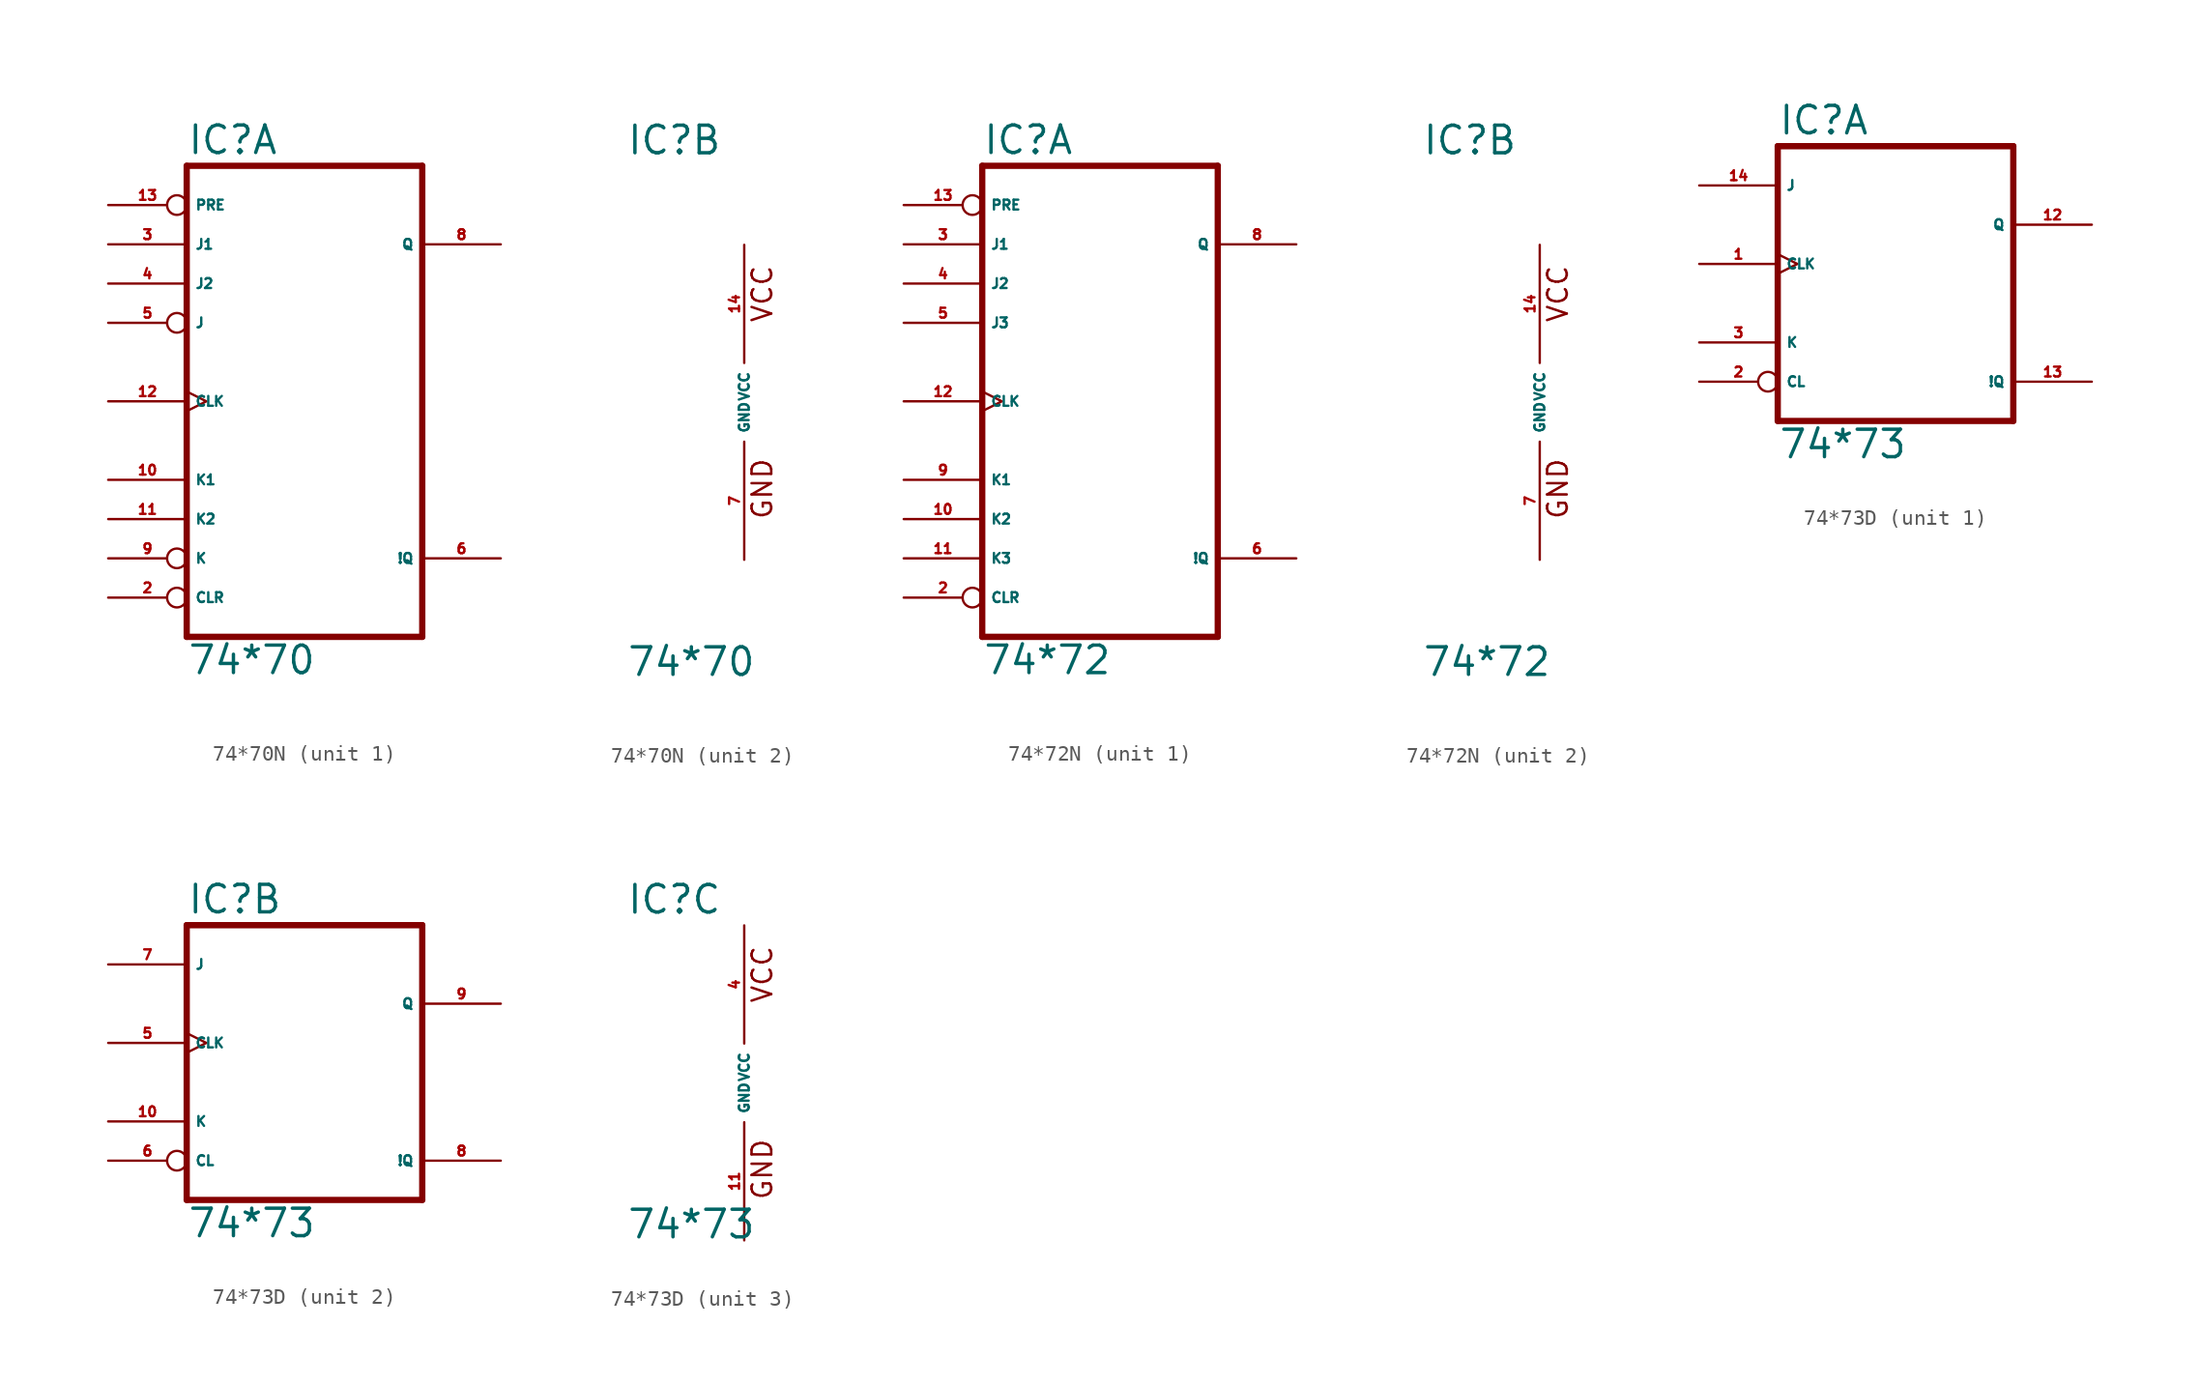
<source format=kicad_sym>
(kicad_symbol_lib
  (version 20220914)
  (generator Eagle2Kicad)
  (symbol "74*70N"
    (property "Reference" "IC"
      (at -7.62 15.875 0)
      (effects (font (size 1.778 1.778) (thickness 0.22)) (justify left bottom)))
    (property "Value" "74*70"
      (at -7.62 -17.78 0)
      (effects (font (size 1.778 1.778) (thickness 0.22)) (justify left bottom)))
    (symbol "74*70N_1_0"
      (polyline (pts (xy -7.62 -15.24) (xy 7.62 -15.24)) (stroke (width 0.406) (type default)) (fill (type none)))
      (polyline (pts (xy 7.62 -15.24) (xy 7.62 15.24)) (stroke (width 0.406) (type default)) (fill (type none)))
      (polyline (pts (xy 7.62 15.24) (xy -7.62 15.24)) (stroke (width 0.406) (type default)) (fill (type none)))
      (polyline (pts (xy -7.62 15.24) (xy -7.62 -15.24)) (stroke (width 0.406) (type default)) (fill (type none)))
      (pin input inverted (at -12.7 -12.7 0) (length 5.08) (name "CLR" (effects (font (size 0.635 0.635) (thickness 0.08)) (justify left bottom))) (number "2" (effects (font (size 0.635 0.635) (thickness 0.08)) (justify left bottom))))
      (pin input line (at -12.7 10.16 0) (length 5.08) (name "J1" (effects (font (size 0.635 0.635) (thickness 0.08)) (justify left bottom))) (number "3" (effects (font (size 0.635 0.635) (thickness 0.08)) (justify left bottom))))
      (pin input line (at -12.7 7.62 0) (length 5.08) (name "J2" (effects (font (size 0.635 0.635) (thickness 0.08)) (justify left bottom))) (number "4" (effects (font (size 0.635 0.635) (thickness 0.08)) (justify left bottom))))
      (pin input inverted (at -12.7 5.08 0) (length 5.08) (name "J" (effects (font (size 0.635 0.635) (thickness 0.08)) (justify left bottom))) (number "5" (effects (font (size 0.635 0.635) (thickness 0.08)) (justify left bottom))))
      (pin output line (at 12.7 -10.16 180) (length 5.08) (name "!Q" (effects (font (size 0.635 0.635) (thickness 0.08)) (justify left bottom))) (number "6" (effects (font (size 0.635 0.635) (thickness 0.08)) (justify left bottom))))
      (pin output line (at 12.7 10.16 180) (length 5.08) (name "Q" (effects (font (size 0.635 0.635) (thickness 0.08)) (justify left bottom))) (number "8" (effects (font (size 0.635 0.635) (thickness 0.08)) (justify left bottom))))
      (pin input inverted (at -12.7 -10.16 0) (length 5.08) (name "K" (effects (font (size 0.635 0.635) (thickness 0.08)) (justify left bottom))) (number "9" (effects (font (size 0.635 0.635) (thickness 0.08)) (justify left bottom))))
      (pin input line (at -12.7 -5.08 0) (length 5.08) (name "K1" (effects (font (size 0.635 0.635) (thickness 0.08)) (justify left bottom))) (number "10" (effects (font (size 0.635 0.635) (thickness 0.08)) (justify left bottom))))
      (pin input line (at -12.7 -7.62 0) (length 5.08) (name "K2" (effects (font (size 0.635 0.635) (thickness 0.08)) (justify left bottom))) (number "11" (effects (font (size 0.635 0.635) (thickness 0.08)) (justify left bottom))))
      (pin input clock (at -12.7 0 0) (length 5.08) (name "CLK" (effects (font (size 0.635 0.635) (thickness 0.08)) (justify left bottom))) (number "12" (effects (font (size 0.635 0.635) (thickness 0.08)) (justify left bottom))))
      (pin input inverted (at -12.7 12.7 0) (length 5.08) (name "PRE" (effects (font (size 0.635 0.635) (thickness 0.08)) (justify left bottom))) (number "13" (effects (font (size 0.635 0.635) (thickness 0.08)) (justify left bottom)))))
    (symbol "74*70N_2_0"
      (text "GND" (at 1.905 -7.62 900) (effects (font (size 1.27 1.27) (thickness 0.16)) (justify left bottom)))
      (text "VCC" (at 1.905 5.08 900) (effects (font (size 1.27 1.27) (thickness 0.16)) (justify left bottom)))
      (pin unspecified line (at 0 -10.16 90) (length 7.62) (name "GND" (effects (font (size 0.635 0.635) (thickness 0.08)) (justify left bottom))) (number "7" (effects (font (size 0.635 0.635) (thickness 0.08)) (justify left bottom))))
      (pin unspecified line (at 0 10.16 270) (length 7.62) (name "VCC" (effects (font (size 0.635 0.635) (thickness 0.08)) (justify left bottom))) (number "14" (effects (font (size 0.635 0.635) (thickness 0.08)) (justify left bottom))))))
  (symbol "74*72N"
    (property "Reference" "IC"
      (at -7.62 15.875 0)
      (effects (font (size 1.778 1.778) (thickness 0.22)) (justify left bottom)))
    (property "Value" "74*72"
      (at -7.62 -17.78 0)
      (effects (font (size 1.778 1.778) (thickness 0.22)) (justify left bottom)))
    (symbol "74*72N_1_0"
      (polyline (pts (xy -7.62 -15.24) (xy 7.62 -15.24)) (stroke (width 0.406) (type default)) (fill (type none)))
      (polyline (pts (xy 7.62 -15.24) (xy 7.62 15.24)) (stroke (width 0.406) (type default)) (fill (type none)))
      (polyline (pts (xy 7.62 15.24) (xy -7.62 15.24)) (stroke (width 0.406) (type default)) (fill (type none)))
      (polyline (pts (xy -7.62 15.24) (xy -7.62 -15.24)) (stroke (width 0.406) (type default)) (fill (type none)))
      (pin input inverted (at -12.7 -12.7 0) (length 5.08) (name "CLR" (effects (font (size 0.635 0.635) (thickness 0.08)) (justify left bottom))) (number "2" (effects (font (size 0.635 0.635) (thickness 0.08)) (justify left bottom))))
      (pin input line (at -12.7 10.16 0) (length 5.08) (name "J1" (effects (font (size 0.635 0.635) (thickness 0.08)) (justify left bottom))) (number "3" (effects (font (size 0.635 0.635) (thickness 0.08)) (justify left bottom))))
      (pin input line (at -12.7 7.62 0) (length 5.08) (name "J2" (effects (font (size 0.635 0.635) (thickness 0.08)) (justify left bottom))) (number "4" (effects (font (size 0.635 0.635) (thickness 0.08)) (justify left bottom))))
      (pin input line (at -12.7 5.08 0) (length 5.08) (name "J3" (effects (font (size 0.635 0.635) (thickness 0.08)) (justify left bottom))) (number "5" (effects (font (size 0.635 0.635) (thickness 0.08)) (justify left bottom))))
      (pin output line (at 12.7 -10.16 180) (length 5.08) (name "!Q" (effects (font (size 0.635 0.635) (thickness 0.08)) (justify left bottom))) (number "6" (effects (font (size 0.635 0.635) (thickness 0.08)) (justify left bottom))))
      (pin output line (at 12.7 10.16 180) (length 5.08) (name "Q" (effects (font (size 0.635 0.635) (thickness 0.08)) (justify left bottom))) (number "8" (effects (font (size 0.635 0.635) (thickness 0.08)) (justify left bottom))))
      (pin input line (at -12.7 -5.08 0) (length 5.08) (name "K1" (effects (font (size 0.635 0.635) (thickness 0.08)) (justify left bottom))) (number "9" (effects (font (size 0.635 0.635) (thickness 0.08)) (justify left bottom))))
      (pin input line (at -12.7 -7.62 0) (length 5.08) (name "K2" (effects (font (size 0.635 0.635) (thickness 0.08)) (justify left bottom))) (number "10" (effects (font (size 0.635 0.635) (thickness 0.08)) (justify left bottom))))
      (pin input line (at -12.7 -10.16 0) (length 5.08) (name "K3" (effects (font (size 0.635 0.635) (thickness 0.08)) (justify left bottom))) (number "11" (effects (font (size 0.635 0.635) (thickness 0.08)) (justify left bottom))))
      (pin input clock (at -12.7 0 0) (length 5.08) (name "CLK" (effects (font (size 0.635 0.635) (thickness 0.08)) (justify left bottom))) (number "12" (effects (font (size 0.635 0.635) (thickness 0.08)) (justify left bottom))))
      (pin input inverted (at -12.7 12.7 0) (length 5.08) (name "PRE" (effects (font (size 0.635 0.635) (thickness 0.08)) (justify left bottom))) (number "13" (effects (font (size 0.635 0.635) (thickness 0.08)) (justify left bottom)))))
    (symbol "74*72N_2_0"
      (text "GND" (at 1.905 -7.62 900) (effects (font (size 1.27 1.27) (thickness 0.16)) (justify left bottom)))
      (text "VCC" (at 1.905 5.08 900) (effects (font (size 1.27 1.27) (thickness 0.16)) (justify left bottom)))
      (pin unspecified line (at 0 -10.16 90) (length 7.62) (name "GND" (effects (font (size 0.635 0.635) (thickness 0.08)) (justify left bottom))) (number "7" (effects (font (size 0.635 0.635) (thickness 0.08)) (justify left bottom))))
      (pin unspecified line (at 0 10.16 270) (length 7.62) (name "VCC" (effects (font (size 0.635 0.635) (thickness 0.08)) (justify left bottom))) (number "14" (effects (font (size 0.635 0.635) (thickness 0.08)) (justify left bottom))))))
  (symbol "74*73D"
    (property "Reference" "IC"
      (at -7.62 10.795 0)
      (effects (font (size 1.778 1.778) (thickness 0.22)) (justify left bottom)))
    (property "Value" "74*73"
      (at -7.62 -10.16 0)
      (effects (font (size 1.778 1.778) (thickness 0.22)) (justify left bottom)))
    (symbol "74*73D_1_0"
      (polyline (pts (xy -7.62 -7.62) (xy 7.62 -7.62)) (stroke (width 0.406) (type default)) (fill (type none)))
      (polyline (pts (xy 7.62 -7.62) (xy 7.62 10.16)) (stroke (width 0.406) (type default)) (fill (type none)))
      (polyline (pts (xy 7.62 10.16) (xy -7.62 10.16)) (stroke (width 0.406) (type default)) (fill (type none)))
      (polyline (pts (xy -7.62 10.16) (xy -7.62 -7.62)) (stroke (width 0.406) (type default)) (fill (type none)))
      (pin input clock (at -12.7 2.54 0) (length 5.08) (name "CLK" (effects (font (size 0.635 0.635) (thickness 0.08)) (justify left bottom))) (number "1" (effects (font (size 0.635 0.635) (thickness 0.08)) (justify left bottom))))
      (pin input inverted (at -12.7 -5.08 0) (length 5.08) (name "CL" (effects (font (size 0.635 0.635) (thickness 0.08)) (justify left bottom))) (number "2" (effects (font (size 0.635 0.635) (thickness 0.08)) (justify left bottom))))
      (pin input line (at -12.7 -2.54 0) (length 5.08) (name "K" (effects (font (size 0.635 0.635) (thickness 0.08)) (justify left bottom))) (number "3" (effects (font (size 0.635 0.635) (thickness 0.08)) (justify left bottom))))
      (pin output line (at 12.7 5.08 180) (length 5.08) (name "Q" (effects (font (size 0.635 0.635) (thickness 0.08)) (justify left bottom))) (number "12" (effects (font (size 0.635 0.635) (thickness 0.08)) (justify left bottom))))
      (pin output line (at 12.7 -5.08 180) (length 5.08) (name "!Q" (effects (font (size 0.635 0.635) (thickness 0.08)) (justify left bottom))) (number "13" (effects (font (size 0.635 0.635) (thickness 0.08)) (justify left bottom))))
      (pin input line (at -12.7 7.62 0) (length 5.08) (name "J" (effects (font (size 0.635 0.635) (thickness 0.08)) (justify left bottom))) (number "14" (effects (font (size 0.635 0.635) (thickness 0.08)) (justify left bottom)))))
    (symbol "74*73D_2_0"
      (polyline (pts (xy -7.62 -7.62) (xy 7.62 -7.62)) (stroke (width 0.406) (type default)) (fill (type none)))
      (polyline (pts (xy 7.62 -7.62) (xy 7.62 10.16)) (stroke (width 0.406) (type default)) (fill (type none)))
      (polyline (pts (xy 7.62 10.16) (xy -7.62 10.16)) (stroke (width 0.406) (type default)) (fill (type none)))
      (polyline (pts (xy -7.62 10.16) (xy -7.62 -7.62)) (stroke (width 0.406) (type default)) (fill (type none)))
      (pin input clock (at -12.7 2.54 0) (length 5.08) (name "CLK" (effects (font (size 0.635 0.635) (thickness 0.08)) (justify left bottom))) (number "5" (effects (font (size 0.635 0.635) (thickness 0.08)) (justify left bottom))))
      (pin input inverted (at -12.7 -5.08 0) (length 5.08) (name "CL" (effects (font (size 0.635 0.635) (thickness 0.08)) (justify left bottom))) (number "6" (effects (font (size 0.635 0.635) (thickness 0.08)) (justify left bottom))))
      (pin input line (at -12.7 -2.54 0) (length 5.08) (name "K" (effects (font (size 0.635 0.635) (thickness 0.08)) (justify left bottom))) (number "10" (effects (font (size 0.635 0.635) (thickness 0.08)) (justify left bottom))))
      (pin output line (at 12.7 5.08 180) (length 5.08) (name "Q" (effects (font (size 0.635 0.635) (thickness 0.08)) (justify left bottom))) (number "9" (effects (font (size 0.635 0.635) (thickness 0.08)) (justify left bottom))))
      (pin output line (at 12.7 -5.08 180) (length 5.08) (name "!Q" (effects (font (size 0.635 0.635) (thickness 0.08)) (justify left bottom))) (number "8" (effects (font (size 0.635 0.635) (thickness 0.08)) (justify left bottom))))
      (pin input line (at -12.7 7.62 0) (length 5.08) (name "J" (effects (font (size 0.635 0.635) (thickness 0.08)) (justify left bottom))) (number "7" (effects (font (size 0.635 0.635) (thickness 0.08)) (justify left bottom)))))
    (symbol "74*73D_3_0"
      (text "GND" (at 1.905 -7.62 900) (effects (font (size 1.27 1.27) (thickness 0.16)) (justify left bottom)))
      (text "VCC" (at 1.905 5.08 900) (effects (font (size 1.27 1.27) (thickness 0.16)) (justify left bottom)))
      (pin unspecified line (at 0 -10.16 90) (length 7.62) (name "GND" (effects (font (size 0.635 0.635) (thickness 0.08)) (justify left bottom))) (number "11" (effects (font (size 0.635 0.635) (thickness 0.08)) (justify left bottom))))
      (pin unspecified line (at 0 10.16 270) (length 7.62) (name "VCC" (effects (font (size 0.635 0.635) (thickness 0.08)) (justify left bottom))) (number "4" (effects (font (size 0.635 0.635) (thickness 0.08)) (justify left bottom)))))))
</source>
